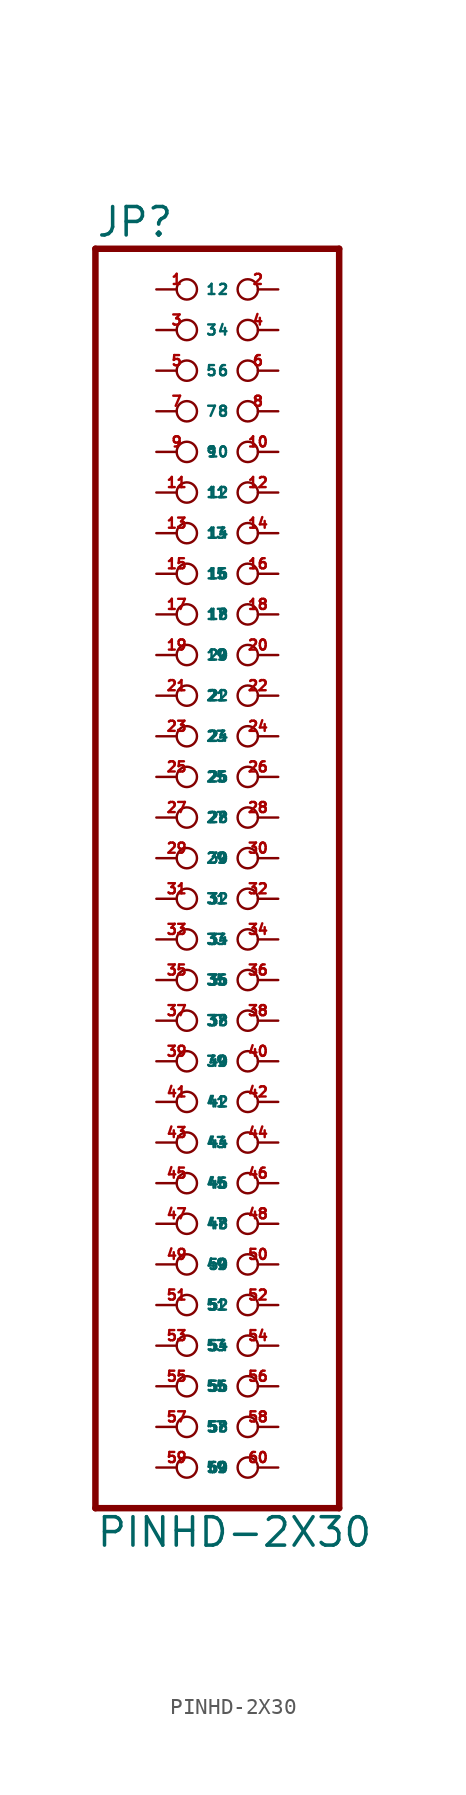
<source format=kicad_sym>
(kicad_symbol_lib
  (version 20220914)
  (generator Eagle2Kicad)
  (symbol "PINHD-2X30"
    (property "Reference" "JP"
      (at -6.35 38.735 0)
      (effects (font (size 1.778 1.778) (thickness 0.22)) (justify left bottom)))
    (property "Value" "PINHD-2X30"
      (at -6.35 -43.18 0)
      (effects (font (size 1.778 1.778) (thickness 0.22)) (justify left bottom)))
    (polyline
      (pts (xy -6.35 -40.64) (xy 8.89 -40.64))
      (stroke (width 0.406) (type default))
      (fill (type none)))
    (polyline
      (pts (xy 8.89 -40.64) (xy 8.89 38.1))
      (stroke (width 0.406) (type default))
      (fill (type none)))
    (polyline
      (pts (xy 8.89 38.1) (xy -6.35 38.1))
      (stroke (width 0.406) (type default))
      (fill (type none)))
    (polyline
      (pts (xy -6.35 38.1) (xy -6.35 -40.64))
      (stroke (width 0.406) (type default))
      (fill (type none)))
    (pin passive inverted
      (at -2.54 35.56 0)
      (length 2.54)
      (name "1" (effects (font (size 0.635 0.635) (thickness 0.08)) (justify left bottom)))
      (number "1" (effects (font (size 0.635 0.635) (thickness 0.08)) (justify left bottom))))
    (pin passive inverted
      (at 5.08 35.56 180)
      (length 2.54)
      (name "2" (effects (font (size 0.635 0.635) (thickness 0.08)) (justify left bottom)))
      (number "2" (effects (font (size 0.635 0.635) (thickness 0.08)) (justify left bottom))))
    (pin passive inverted
      (at -2.54 33.02 0)
      (length 2.54)
      (name "3" (effects (font (size 0.635 0.635) (thickness 0.08)) (justify left bottom)))
      (number "3" (effects (font (size 0.635 0.635) (thickness 0.08)) (justify left bottom))))
    (pin passive inverted
      (at 5.08 33.02 180)
      (length 2.54)
      (name "4" (effects (font (size 0.635 0.635) (thickness 0.08)) (justify left bottom)))
      (number "4" (effects (font (size 0.635 0.635) (thickness 0.08)) (justify left bottom))))
    (pin passive inverted
      (at -2.54 30.48 0)
      (length 2.54)
      (name "5" (effects (font (size 0.635 0.635) (thickness 0.08)) (justify left bottom)))
      (number "5" (effects (font (size 0.635 0.635) (thickness 0.08)) (justify left bottom))))
    (pin passive inverted
      (at 5.08 30.48 180)
      (length 2.54)
      (name "6" (effects (font (size 0.635 0.635) (thickness 0.08)) (justify left bottom)))
      (number "6" (effects (font (size 0.635 0.635) (thickness 0.08)) (justify left bottom))))
    (pin passive inverted
      (at -2.54 27.94 0)
      (length 2.54)
      (name "7" (effects (font (size 0.635 0.635) (thickness 0.08)) (justify left bottom)))
      (number "7" (effects (font (size 0.635 0.635) (thickness 0.08)) (justify left bottom))))
    (pin passive inverted
      (at 5.08 27.94 180)
      (length 2.54)
      (name "8" (effects (font (size 0.635 0.635) (thickness 0.08)) (justify left bottom)))
      (number "8" (effects (font (size 0.635 0.635) (thickness 0.08)) (justify left bottom))))
    (pin passive inverted
      (at -2.54 25.4 0)
      (length 2.54)
      (name "9" (effects (font (size 0.635 0.635) (thickness 0.08)) (justify left bottom)))
      (number "9" (effects (font (size 0.635 0.635) (thickness 0.08)) (justify left bottom))))
    (pin passive inverted
      (at 5.08 25.4 180)
      (length 2.54)
      (name "10" (effects (font (size 0.635 0.635) (thickness 0.08)) (justify left bottom)))
      (number "10" (effects (font (size 0.635 0.635) (thickness 0.08)) (justify left bottom))))
    (pin passive inverted
      (at -2.54 22.86 0)
      (length 2.54)
      (name "11" (effects (font (size 0.635 0.635) (thickness 0.08)) (justify left bottom)))
      (number "11" (effects (font (size 0.635 0.635) (thickness 0.08)) (justify left bottom))))
    (pin passive inverted
      (at 5.08 22.86 180)
      (length 2.54)
      (name "12" (effects (font (size 0.635 0.635) (thickness 0.08)) (justify left bottom)))
      (number "12" (effects (font (size 0.635 0.635) (thickness 0.08)) (justify left bottom))))
    (pin passive inverted
      (at -2.54 20.32 0)
      (length 2.54)
      (name "13" (effects (font (size 0.635 0.635) (thickness 0.08)) (justify left bottom)))
      (number "13" (effects (font (size 0.635 0.635) (thickness 0.08)) (justify left bottom))))
    (pin passive inverted
      (at 5.08 20.32 180)
      (length 2.54)
      (name "14" (effects (font (size 0.635 0.635) (thickness 0.08)) (justify left bottom)))
      (number "14" (effects (font (size 0.635 0.635) (thickness 0.08)) (justify left bottom))))
    (pin passive inverted
      (at -2.54 17.78 0)
      (length 2.54)
      (name "15" (effects (font (size 0.635 0.635) (thickness 0.08)) (justify left bottom)))
      (number "15" (effects (font (size 0.635 0.635) (thickness 0.08)) (justify left bottom))))
    (pin passive inverted
      (at 5.08 17.78 180)
      (length 2.54)
      (name "16" (effects (font (size 0.635 0.635) (thickness 0.08)) (justify left bottom)))
      (number "16" (effects (font (size 0.635 0.635) (thickness 0.08)) (justify left bottom))))
    (pin passive inverted
      (at -2.54 15.24 0)
      (length 2.54)
      (name "17" (effects (font (size 0.635 0.635) (thickness 0.08)) (justify left bottom)))
      (number "17" (effects (font (size 0.635 0.635) (thickness 0.08)) (justify left bottom))))
    (pin passive inverted
      (at 5.08 15.24 180)
      (length 2.54)
      (name "18" (effects (font (size 0.635 0.635) (thickness 0.08)) (justify left bottom)))
      (number "18" (effects (font (size 0.635 0.635) (thickness 0.08)) (justify left bottom))))
    (pin passive inverted
      (at -2.54 12.7 0)
      (length 2.54)
      (name "19" (effects (font (size 0.635 0.635) (thickness 0.08)) (justify left bottom)))
      (number "19" (effects (font (size 0.635 0.635) (thickness 0.08)) (justify left bottom))))
    (pin passive inverted
      (at 5.08 12.7 180)
      (length 2.54)
      (name "20" (effects (font (size 0.635 0.635) (thickness 0.08)) (justify left bottom)))
      (number "20" (effects (font (size 0.635 0.635) (thickness 0.08)) (justify left bottom))))
    (pin passive inverted
      (at -2.54 10.16 0)
      (length 2.54)
      (name "21" (effects (font (size 0.635 0.635) (thickness 0.08)) (justify left bottom)))
      (number "21" (effects (font (size 0.635 0.635) (thickness 0.08)) (justify left bottom))))
    (pin passive inverted
      (at 5.08 10.16 180)
      (length 2.54)
      (name "22" (effects (font (size 0.635 0.635) (thickness 0.08)) (justify left bottom)))
      (number "22" (effects (font (size 0.635 0.635) (thickness 0.08)) (justify left bottom))))
    (pin passive inverted
      (at -2.54 7.62 0)
      (length 2.54)
      (name "23" (effects (font (size 0.635 0.635) (thickness 0.08)) (justify left bottom)))
      (number "23" (effects (font (size 0.635 0.635) (thickness 0.08)) (justify left bottom))))
    (pin passive inverted
      (at 5.08 7.62 180)
      (length 2.54)
      (name "24" (effects (font (size 0.635 0.635) (thickness 0.08)) (justify left bottom)))
      (number "24" (effects (font (size 0.635 0.635) (thickness 0.08)) (justify left bottom))))
    (pin passive inverted
      (at -2.54 5.08 0)
      (length 2.54)
      (name "25" (effects (font (size 0.635 0.635) (thickness 0.08)) (justify left bottom)))
      (number "25" (effects (font (size 0.635 0.635) (thickness 0.08)) (justify left bottom))))
    (pin passive inverted
      (at 5.08 5.08 180)
      (length 2.54)
      (name "26" (effects (font (size 0.635 0.635) (thickness 0.08)) (justify left bottom)))
      (number "26" (effects (font (size 0.635 0.635) (thickness 0.08)) (justify left bottom))))
    (pin passive inverted
      (at -2.54 2.54 0)
      (length 2.54)
      (name "27" (effects (font (size 0.635 0.635) (thickness 0.08)) (justify left bottom)))
      (number "27" (effects (font (size 0.635 0.635) (thickness 0.08)) (justify left bottom))))
    (pin passive inverted
      (at 5.08 2.54 180)
      (length 2.54)
      (name "28" (effects (font (size 0.635 0.635) (thickness 0.08)) (justify left bottom)))
      (number "28" (effects (font (size 0.635 0.635) (thickness 0.08)) (justify left bottom))))
    (pin passive inverted
      (at -2.54 0 0)
      (length 2.54)
      (name "29" (effects (font (size 0.635 0.635) (thickness 0.08)) (justify left bottom)))
      (number "29" (effects (font (size 0.635 0.635) (thickness 0.08)) (justify left bottom))))
    (pin passive inverted
      (at 5.08 0 180)
      (length 2.54)
      (name "30" (effects (font (size 0.635 0.635) (thickness 0.08)) (justify left bottom)))
      (number "30" (effects (font (size 0.635 0.635) (thickness 0.08)) (justify left bottom))))
    (pin passive inverted
      (at -2.54 -2.54 0)
      (length 2.54)
      (name "31" (effects (font (size 0.635 0.635) (thickness 0.08)) (justify left bottom)))
      (number "31" (effects (font (size 0.635 0.635) (thickness 0.08)) (justify left bottom))))
    (pin passive inverted
      (at 5.08 -2.54 180)
      (length 2.54)
      (name "32" (effects (font (size 0.635 0.635) (thickness 0.08)) (justify left bottom)))
      (number "32" (effects (font (size 0.635 0.635) (thickness 0.08)) (justify left bottom))))
    (pin passive inverted
      (at -2.54 -5.08 0)
      (length 2.54)
      (name "33" (effects (font (size 0.635 0.635) (thickness 0.08)) (justify left bottom)))
      (number "33" (effects (font (size 0.635 0.635) (thickness 0.08)) (justify left bottom))))
    (pin passive inverted
      (at 5.08 -5.08 180)
      (length 2.54)
      (name "34" (effects (font (size 0.635 0.635) (thickness 0.08)) (justify left bottom)))
      (number "34" (effects (font (size 0.635 0.635) (thickness 0.08)) (justify left bottom))))
    (pin passive inverted
      (at -2.54 -7.62 0)
      (length 2.54)
      (name "35" (effects (font (size 0.635 0.635) (thickness 0.08)) (justify left bottom)))
      (number "35" (effects (font (size 0.635 0.635) (thickness 0.08)) (justify left bottom))))
    (pin passive inverted
      (at 5.08 -7.62 180)
      (length 2.54)
      (name "36" (effects (font (size 0.635 0.635) (thickness 0.08)) (justify left bottom)))
      (number "36" (effects (font (size 0.635 0.635) (thickness 0.08)) (justify left bottom))))
    (pin passive inverted
      (at -2.54 -10.16 0)
      (length 2.54)
      (name "37" (effects (font (size 0.635 0.635) (thickness 0.08)) (justify left bottom)))
      (number "37" (effects (font (size 0.635 0.635) (thickness 0.08)) (justify left bottom))))
    (pin passive inverted
      (at 5.08 -10.16 180)
      (length 2.54)
      (name "38" (effects (font (size 0.635 0.635) (thickness 0.08)) (justify left bottom)))
      (number "38" (effects (font (size 0.635 0.635) (thickness 0.08)) (justify left bottom))))
    (pin passive inverted
      (at -2.54 -12.7 0)
      (length 2.54)
      (name "39" (effects (font (size 0.635 0.635) (thickness 0.08)) (justify left bottom)))
      (number "39" (effects (font (size 0.635 0.635) (thickness 0.08)) (justify left bottom))))
    (pin passive inverted
      (at 5.08 -12.7 180)
      (length 2.54)
      (name "40" (effects (font (size 0.635 0.635) (thickness 0.08)) (justify left bottom)))
      (number "40" (effects (font (size 0.635 0.635) (thickness 0.08)) (justify left bottom))))
    (pin passive inverted
      (at -2.54 -15.24 0)
      (length 2.54)
      (name "41" (effects (font (size 0.635 0.635) (thickness 0.08)) (justify left bottom)))
      (number "41" (effects (font (size 0.635 0.635) (thickness 0.08)) (justify left bottom))))
    (pin passive inverted
      (at 5.08 -15.24 180)
      (length 2.54)
      (name "42" (effects (font (size 0.635 0.635) (thickness 0.08)) (justify left bottom)))
      (number "42" (effects (font (size 0.635 0.635) (thickness 0.08)) (justify left bottom))))
    (pin passive inverted
      (at -2.54 -17.78 0)
      (length 2.54)
      (name "43" (effects (font (size 0.635 0.635) (thickness 0.08)) (justify left bottom)))
      (number "43" (effects (font (size 0.635 0.635) (thickness 0.08)) (justify left bottom))))
    (pin passive inverted
      (at 5.08 -17.78 180)
      (length 2.54)
      (name "44" (effects (font (size 0.635 0.635) (thickness 0.08)) (justify left bottom)))
      (number "44" (effects (font (size 0.635 0.635) (thickness 0.08)) (justify left bottom))))
    (pin passive inverted
      (at -2.54 -20.32 0)
      (length 2.54)
      (name "45" (effects (font (size 0.635 0.635) (thickness 0.08)) (justify left bottom)))
      (number "45" (effects (font (size 0.635 0.635) (thickness 0.08)) (justify left bottom))))
    (pin passive inverted
      (at 5.08 -20.32 180)
      (length 2.54)
      (name "46" (effects (font (size 0.635 0.635) (thickness 0.08)) (justify left bottom)))
      (number "46" (effects (font (size 0.635 0.635) (thickness 0.08)) (justify left bottom))))
    (pin passive inverted
      (at -2.54 -22.86 0)
      (length 2.54)
      (name "47" (effects (font (size 0.635 0.635) (thickness 0.08)) (justify left bottom)))
      (number "47" (effects (font (size 0.635 0.635) (thickness 0.08)) (justify left bottom))))
    (pin passive inverted
      (at 5.08 -22.86 180)
      (length 2.54)
      (name "48" (effects (font (size 0.635 0.635) (thickness 0.08)) (justify left bottom)))
      (number "48" (effects (font (size 0.635 0.635) (thickness 0.08)) (justify left bottom))))
    (pin passive inverted
      (at -2.54 -25.4 0)
      (length 2.54)
      (name "49" (effects (font (size 0.635 0.635) (thickness 0.08)) (justify left bottom)))
      (number "49" (effects (font (size 0.635 0.635) (thickness 0.08)) (justify left bottom))))
    (pin passive inverted
      (at 5.08 -25.4 180)
      (length 2.54)
      (name "50" (effects (font (size 0.635 0.635) (thickness 0.08)) (justify left bottom)))
      (number "50" (effects (font (size 0.635 0.635) (thickness 0.08)) (justify left bottom))))
    (pin passive inverted
      (at -2.54 -27.94 0)
      (length 2.54)
      (name "51" (effects (font (size 0.635 0.635) (thickness 0.08)) (justify left bottom)))
      (number "51" (effects (font (size 0.635 0.635) (thickness 0.08)) (justify left bottom))))
    (pin passive inverted
      (at 5.08 -27.94 180)
      (length 2.54)
      (name "52" (effects (font (size 0.635 0.635) (thickness 0.08)) (justify left bottom)))
      (number "52" (effects (font (size 0.635 0.635) (thickness 0.08)) (justify left bottom))))
    (pin passive inverted
      (at -2.54 -30.48 0)
      (length 2.54)
      (name "53" (effects (font (size 0.635 0.635) (thickness 0.08)) (justify left bottom)))
      (number "53" (effects (font (size 0.635 0.635) (thickness 0.08)) (justify left bottom))))
    (pin passive inverted
      (at 5.08 -30.48 180)
      (length 2.54)
      (name "54" (effects (font (size 0.635 0.635) (thickness 0.08)) (justify left bottom)))
      (number "54" (effects (font (size 0.635 0.635) (thickness 0.08)) (justify left bottom))))
    (pin passive inverted
      (at -2.54 -33.02 0)
      (length 2.54)
      (name "55" (effects (font (size 0.635 0.635) (thickness 0.08)) (justify left bottom)))
      (number "55" (effects (font (size 0.635 0.635) (thickness 0.08)) (justify left bottom))))
    (pin passive inverted
      (at 5.08 -33.02 180)
      (length 2.54)
      (name "56" (effects (font (size 0.635 0.635) (thickness 0.08)) (justify left bottom)))
      (number "56" (effects (font (size 0.635 0.635) (thickness 0.08)) (justify left bottom))))
    (pin passive inverted
      (at -2.54 -35.56 0)
      (length 2.54)
      (name "57" (effects (font (size 0.635 0.635) (thickness 0.08)) (justify left bottom)))
      (number "57" (effects (font (size 0.635 0.635) (thickness 0.08)) (justify left bottom))))
    (pin passive inverted
      (at 5.08 -35.56 180)
      (length 2.54)
      (name "58" (effects (font (size 0.635 0.635) (thickness 0.08)) (justify left bottom)))
      (number "58" (effects (font (size 0.635 0.635) (thickness 0.08)) (justify left bottom))))
    (pin passive inverted
      (at -2.54 -38.1 0)
      (length 2.54)
      (name "59" (effects (font (size 0.635 0.635) (thickness 0.08)) (justify left bottom)))
      (number "59" (effects (font (size 0.635 0.635) (thickness 0.08)) (justify left bottom))))
    (pin passive inverted
      (at 5.08 -38.1 180)
      (length 2.54)
      (name "60" (effects (font (size 0.635 0.635) (thickness 0.08)) (justify left bottom)))
      (number "60" (effects (font (size 0.635 0.635) (thickness 0.08)) (justify left bottom))))))
</source>
